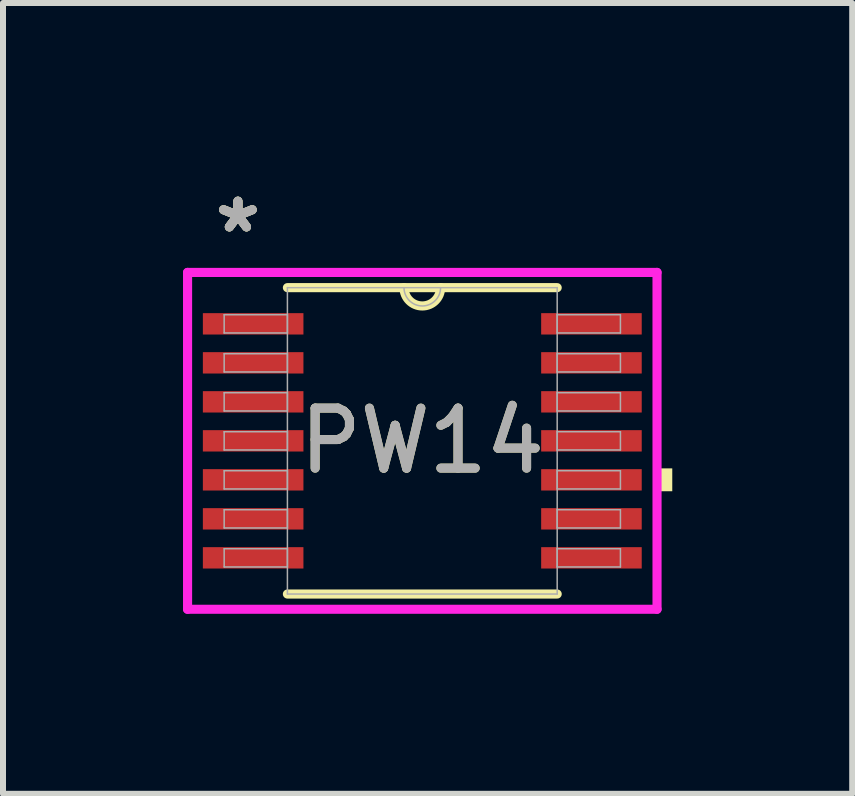
<source format=kicad_pcb>
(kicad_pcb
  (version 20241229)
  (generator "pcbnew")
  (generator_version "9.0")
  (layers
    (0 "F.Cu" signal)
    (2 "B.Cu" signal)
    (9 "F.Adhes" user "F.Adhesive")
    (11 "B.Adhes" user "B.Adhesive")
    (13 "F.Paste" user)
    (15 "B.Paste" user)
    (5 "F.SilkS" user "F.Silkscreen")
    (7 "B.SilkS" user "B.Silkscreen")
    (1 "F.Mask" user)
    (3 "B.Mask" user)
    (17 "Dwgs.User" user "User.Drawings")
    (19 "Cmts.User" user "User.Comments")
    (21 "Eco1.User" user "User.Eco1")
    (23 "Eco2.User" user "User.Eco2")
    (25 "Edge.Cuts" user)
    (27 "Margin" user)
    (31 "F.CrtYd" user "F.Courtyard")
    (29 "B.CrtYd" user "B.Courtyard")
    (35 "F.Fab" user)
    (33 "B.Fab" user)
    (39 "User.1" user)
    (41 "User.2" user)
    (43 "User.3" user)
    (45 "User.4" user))
  (footprint "PW14"
    (layer "F.Cu")
    (at 3.988 4.297)
    (property "Reference" "PW14" (at 0 0 0) (unlocked yes) (layer "F.SilkS") (effects (font (size 1 1) (thickness 0.15))))
    (attr smd)
    (fp_line (start -2.248 2.553) (end 2.248 2.553) (stroke (width 0.152) (type solid)) (layer "F.SilkS"))
    (fp_line (start 2.248 -2.553) (end -2.248 -2.553) (stroke (width 0.152) (type solid)) (layer "F.SilkS"))
    (fp_arc (start 0.3048 -2.5527) (mid 0 -2.2479) (end -0.3048 -2.5527) (stroke (width 0.1524) (type solid)) (layer "F.SilkS"))
    (fp_poly (pts (xy 4.166 0.459) (xy 4.166 0.84) (xy 3.912 0.84) (xy 3.912 0.459)) (stroke (width 0) (type solid)) (fill yes) (layer "F.SilkS"))
    (fp_line (start -3.912 -2.807) (end 3.912 -2.807) (stroke (width 0.152) (type solid)) (layer "F.CrtYd"))
    (fp_line (start -3.912 2.807) (end -3.912 -2.807) (stroke (width 0.152) (type solid)) (layer "F.CrtYd"))
    (fp_line (start 3.912 -2.807) (end 3.912 2.807) (stroke (width 0.152) (type solid)) (layer "F.CrtYd"))
    (fp_line (start 3.912 2.807) (end -3.912 2.807) (stroke (width 0.152) (type solid)) (layer "F.CrtYd"))
    (fp_line (start -3.302 -2.102) (end -3.302 -1.798) (stroke (width 0.025) (type solid)) (layer "F.Fab"))
    (fp_line (start -3.302 -1.798) (end -2.248 -1.798) (stroke (width 0.025) (type solid)) (layer "F.Fab"))
    (fp_line (start -3.302 -1.452) (end -3.302 -1.148) (stroke (width 0.025) (type solid)) (layer "F.Fab"))
    (fp_line (start -3.302 -1.148) (end -2.248 -1.148) (stroke (width 0.025) (type solid)) (layer "F.Fab"))
    (fp_line (start -3.302 -0.802) (end -3.302 -0.498) (stroke (width 0.025) (type solid)) (layer "F.Fab"))
    (fp_line (start -3.302 -0.498) (end -2.248 -0.498) (stroke (width 0.025) (type solid)) (layer "F.Fab"))
    (fp_line (start -3.302 -0.152) (end -3.302 0.152) (stroke (width 0.025) (type solid)) (layer "F.Fab"))
    (fp_line (start -3.302 0.152) (end -2.248 0.152) (stroke (width 0.025) (type solid)) (layer "F.Fab"))
    (fp_line (start -3.302 0.498) (end -3.302 0.802) (stroke (width 0.025) (type solid)) (layer "F.Fab"))
    (fp_line (start -3.302 0.802) (end -2.248 0.802) (stroke (width 0.025) (type solid)) (layer "F.Fab"))
    (fp_line (start -3.302 1.148) (end -3.302 1.452) (stroke (width 0.025) (type solid)) (layer "F.Fab"))
    (fp_line (start -3.302 1.452) (end -2.248 1.452) (stroke (width 0.025) (type solid)) (layer "F.Fab"))
    (fp_line (start -3.302 1.798) (end -3.302 2.102) (stroke (width 0.025) (type solid)) (layer "F.Fab"))
    (fp_line (start -3.302 2.102) (end -2.248 2.102) (stroke (width 0.025) (type solid)) (layer "F.Fab"))
    (fp_line (start -2.248 -2.553) (end -2.248 2.553) (stroke (width 0.025) (type solid)) (layer "F.Fab"))
    (fp_line (start -2.248 -2.102) (end -3.302 -2.102) (stroke (width 0.025) (type solid)) (layer "F.Fab"))
    (fp_line (start -2.248 -1.798) (end -2.248 -2.102) (stroke (width 0.025) (type solid)) (layer "F.Fab"))
    (fp_line (start -2.248 -1.452) (end -3.302 -1.452) (stroke (width 0.025) (type solid)) (layer "F.Fab"))
    (fp_line (start -2.248 -1.148) (end -2.248 -1.452) (stroke (width 0.025) (type solid)) (layer "F.Fab"))
    (fp_line (start -2.248 -0.802) (end -3.302 -0.802) (stroke (width 0.025) (type solid)) (layer "F.Fab"))
    (fp_line (start -2.248 -0.498) (end -2.248 -0.802) (stroke (width 0.025) (type solid)) (layer "F.Fab"))
    (fp_line (start -2.248 -0.152) (end -3.302 -0.152) (stroke (width 0.025) (type solid)) (layer "F.Fab"))
    (fp_line (start -2.248 0.152) (end -2.248 -0.152) (stroke (width 0.025) (type solid)) (layer "F.Fab"))
    (fp_line (start -2.248 0.498) (end -3.302 0.498) (stroke (width 0.025) (type solid)) (layer "F.Fab"))
    (fp_line (start -2.248 0.802) (end -2.248 0.498) (stroke (width 0.025) (type solid)) (layer "F.Fab"))
    (fp_line (start -2.248 1.148) (end -3.302 1.148) (stroke (width 0.025) (type solid)) (layer "F.Fab"))
    (fp_line (start -2.248 1.452) (end -2.248 1.148) (stroke (width 0.025) (type solid)) (layer "F.Fab"))
    (fp_line (start -2.248 1.798) (end -3.302 1.798) (stroke (width 0.025) (type solid)) (layer "F.Fab"))
    (fp_line (start -2.248 2.102) (end -2.248 1.798) (stroke (width 0.025) (type solid)) (layer "F.Fab"))
    (fp_line (start -2.248 2.553) (end 2.248 2.553) (stroke (width 0.025) (type solid)) (layer "F.Fab"))
    (fp_line (start 2.248 -2.553) (end -2.248 -2.553) (stroke (width 0.025) (type solid)) (layer "F.Fab"))
    (fp_line (start 2.248 -2.102) (end 2.248 -1.798) (stroke (width 0.025) (type solid)) (layer "F.Fab"))
    (fp_line (start 2.248 -1.798) (end 3.302 -1.798) (stroke (width 0.025) (type solid)) (layer "F.Fab"))
    (fp_line (start 2.248 -1.452) (end 2.248 -1.148) (stroke (width 0.025) (type solid)) (layer "F.Fab"))
    (fp_line (start 2.248 -1.148) (end 3.302 -1.148) (stroke (width 0.025) (type solid)) (layer "F.Fab"))
    (fp_line (start 2.248 -0.802) (end 2.248 -0.498) (stroke (width 0.025) (type solid)) (layer "F.Fab"))
    (fp_line (start 2.248 -0.498) (end 3.302 -0.498) (stroke (width 0.025) (type solid)) (layer "F.Fab"))
    (fp_line (start 2.248 -0.152) (end 2.248 0.152) (stroke (width 0.025) (type solid)) (layer "F.Fab"))
    (fp_line (start 2.248 0.152) (end 3.302 0.152) (stroke (width 0.025) (type solid)) (layer "F.Fab"))
    (fp_line (start 2.248 0.498) (end 2.248 0.802) (stroke (width 0.025) (type solid)) (layer "F.Fab"))
    (fp_line (start 2.248 0.802) (end 3.302 0.802) (stroke (width 0.025) (type solid)) (layer "F.Fab"))
    (fp_line (start 2.248 1.148) (end 2.248 1.452) (stroke (width 0.025) (type solid)) (layer "F.Fab"))
    (fp_line (start 2.248 1.452) (end 3.302 1.452) (stroke (width 0.025) (type solid)) (layer "F.Fab"))
    (fp_line (start 2.248 1.798) (end 2.248 2.102) (stroke (width 0.025) (type solid)) (layer "F.Fab"))
    (fp_line (start 2.248 2.102) (end 3.302 2.102) (stroke (width 0.025) (type solid)) (layer "F.Fab"))
    (fp_line (start 2.248 2.553) (end 2.248 -2.553) (stroke (width 0.025) (type solid)) (layer "F.Fab"))
    (fp_line (start 3.302 -2.102) (end 2.248 -2.102) (stroke (width 0.025) (type solid)) (layer "F.Fab"))
    (fp_line (start 3.302 -1.798) (end 3.302 -2.102) (stroke (width 0.025) (type solid)) (layer "F.Fab"))
    (fp_line (start 3.302 -1.452) (end 2.248 -1.452) (stroke (width 0.025) (type solid)) (layer "F.Fab"))
    (fp_line (start 3.302 -1.148) (end 3.302 -1.452) (stroke (width 0.025) (type solid)) (layer "F.Fab"))
    (fp_line (start 3.302 -0.802) (end 2.248 -0.802) (stroke (width 0.025) (type solid)) (layer "F.Fab"))
    (fp_line (start 3.302 -0.498) (end 3.302 -0.802) (stroke (width 0.025) (type solid)) (layer "F.Fab"))
    (fp_line (start 3.302 -0.152) (end 2.248 -0.152) (stroke (width 0.025) (type solid)) (layer "F.Fab"))
    (fp_line (start 3.302 0.152) (end 3.302 -0.152) (stroke (width 0.025) (type solid)) (layer "F.Fab"))
    (fp_line (start 3.302 0.498) (end 2.248 0.498) (stroke (width 0.025) (type solid)) (layer "F.Fab"))
    (fp_line (start 3.302 0.802) (end 3.302 0.498) (stroke (width 0.025) (type solid)) (layer "F.Fab"))
    (fp_line (start 3.302 1.148) (end 2.248 1.148) (stroke (width 0.025) (type solid)) (layer "F.Fab"))
    (fp_line (start 3.302 1.452) (end 3.302 1.148) (stroke (width 0.025) (type solid)) (layer "F.Fab"))
    (fp_line (start 3.302 1.798) (end 2.248 1.798) (stroke (width 0.025) (type solid)) (layer "F.Fab"))
    (fp_line (start 3.302 2.102) (end 3.302 1.798) (stroke (width 0.025) (type solid)) (layer "F.Fab"))
    (fp_arc (start 0.3048 -2.5527) (mid 0 -2.2479) (end -0.3048 -2.5527) (stroke (width 0.0254) (type solid)) (layer "F.Fab"))
    (fp_text user "*" (at -3.073 -3.449 0) (layer "F.SilkS") (effects (font (size 1 1) (thickness 0.15))))
    (fp_text user "*" (at -3.073 -3.449 0) (unlocked yes) (layer "F.SilkS") (effects (font (size 1 1) (thickness 0.15))))
    (fp_text user "*" (at -3.073 -3.449 0) (unlocked yes) (layer "F.Fab") (effects (font (size 1 1) (thickness 0.15))))
    (fp_text user "${REFERENCE}" (at 0 0 0) (unlocked yes) (layer "F.Fab") (effects (font (size 1 1) (thickness 0.15))))
    (fp_text user "*" (at -3.073 -3.449 0) (layer "F.Fab") (effects (font (size 1 1) (thickness 0.15))))
    (pad "1" smd rect (at -2.819 -1.95) (size 1.676 0.356) (layers "F.Cu" "F.Mask" "F.Paste"))
    (pad "2" smd rect (at -2.819 -1.3) (size 1.676 0.356) (layers "F.Cu" "F.Mask" "F.Paste"))
    (pad "3" smd rect (at -2.819 -0.65) (size 1.676 0.356) (layers "F.Cu" "F.Mask" "F.Paste"))
    (pad "4" smd rect (at -2.819 0) (size 1.676 0.356) (layers "F.Cu" "F.Mask" "F.Paste"))
    (pad "5" smd rect (at -2.819 0.65) (size 1.676 0.356) (layers "F.Cu" "F.Mask" "F.Paste"))
    (pad "6" smd rect (at -2.819 1.3) (size 1.676 0.356) (layers "F.Cu" "F.Mask" "F.Paste"))
    (pad "7" smd rect (at -2.819 1.95) (size 1.676 0.356) (layers "F.Cu" "F.Mask" "F.Paste"))
    (pad "8" smd rect (at 2.819 1.95) (size 1.676 0.356) (layers "F.Cu" "F.Mask" "F.Paste"))
    (pad "9" smd rect (at 2.819 1.3) (size 1.676 0.356) (layers "F.Cu" "F.Mask" "F.Paste"))
    (pad "10" smd rect (at 2.819 0.65) (size 1.676 0.356) (layers "F.Cu" "F.Mask" "F.Paste"))
    (pad "11" smd rect (at 2.819 0) (size 1.676 0.356) (layers "F.Cu" "F.Mask" "F.Paste"))
    (pad "12" smd rect (at 2.819 -0.65) (size 1.676 0.356) (layers "F.Cu" "F.Mask" "F.Paste"))
    (pad "13" smd rect (at 2.819 -1.3) (size 1.676 0.356) (layers "F.Cu" "F.Mask" "F.Paste"))
    (pad "14" smd rect (at 2.819 -1.95) (size 1.676 0.356) (layers "F.Cu" "F.Mask" "F.Paste")))
  (gr_rect
    (start -3 -3)
    (end 11.153 10.18)
    (stroke (width 0.1) (type default))
    (fill no)
    (layer "Edge.Cuts")))
</source>
